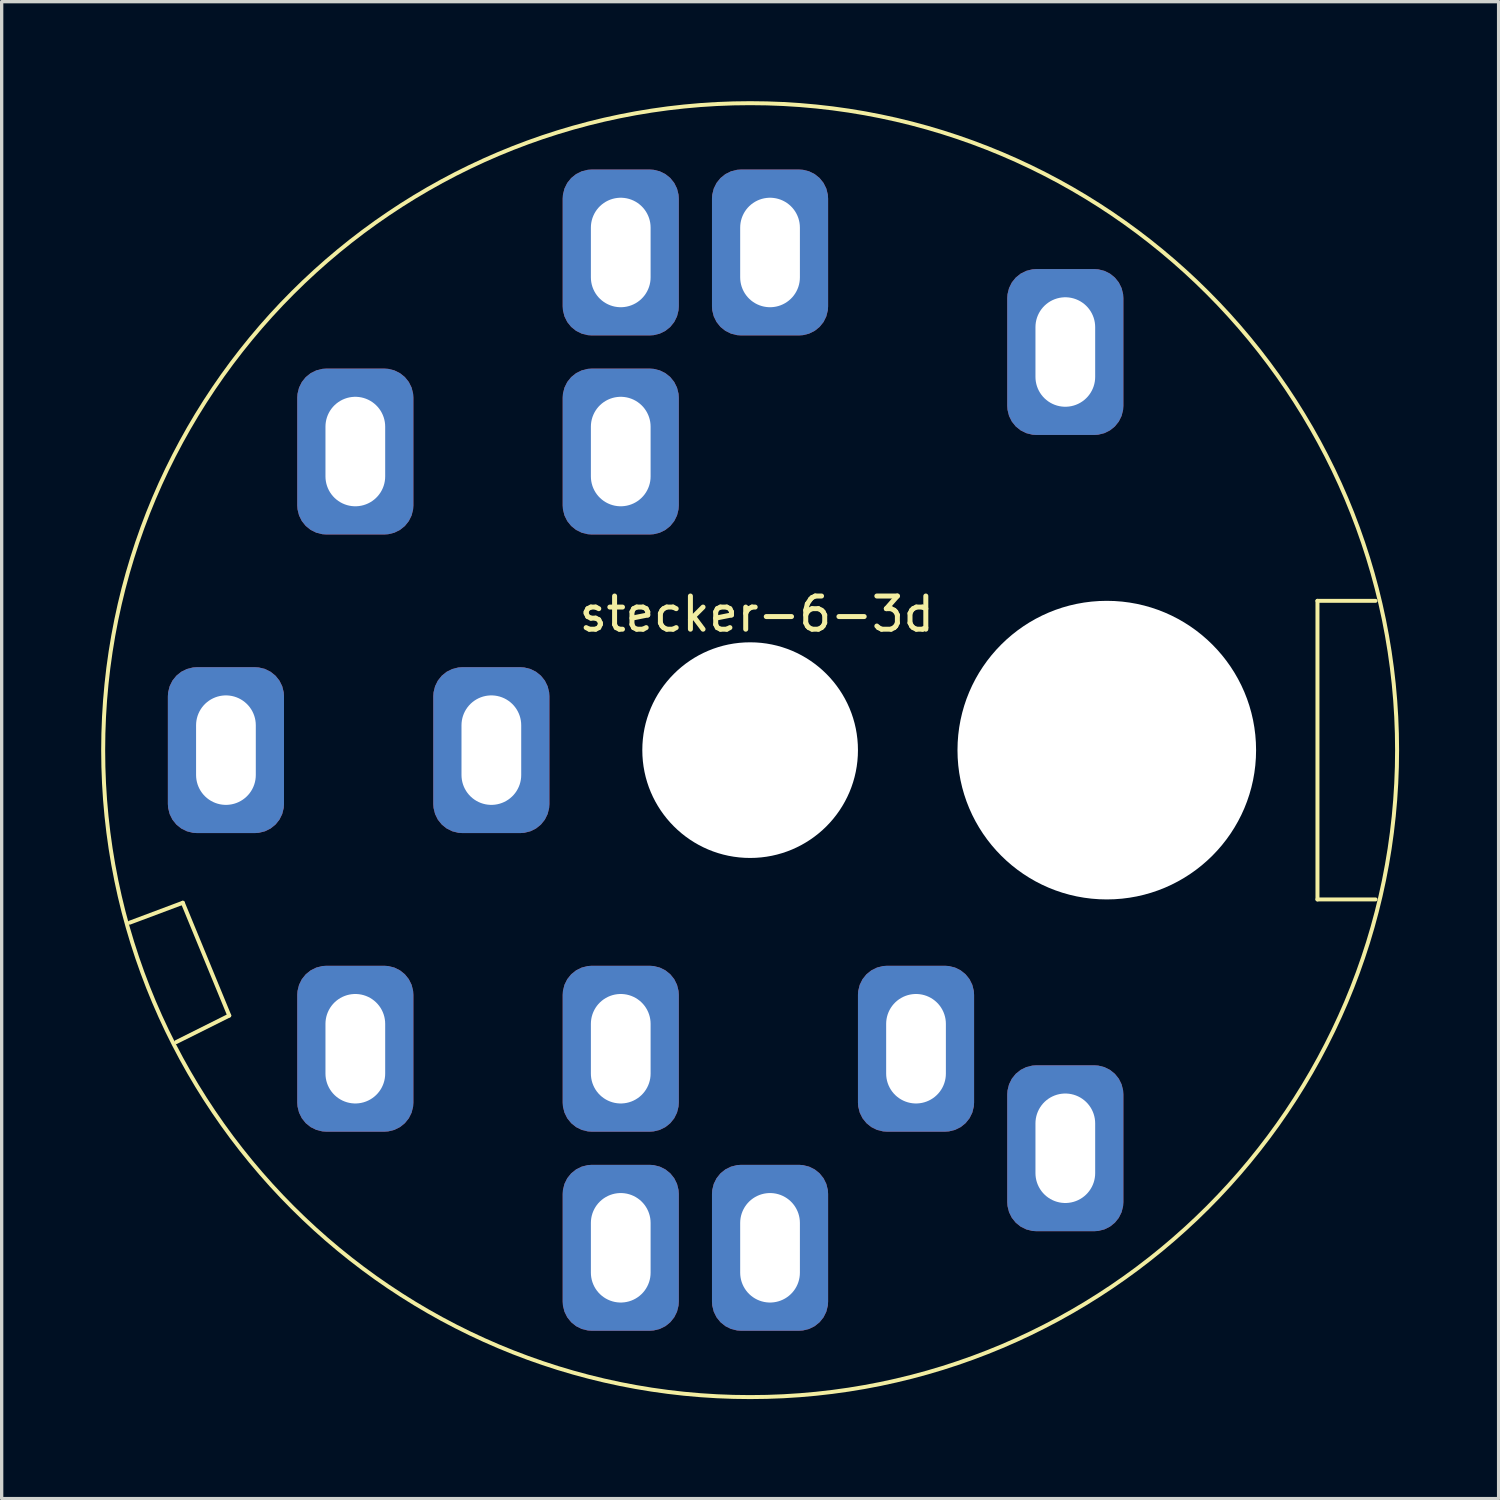
<source format=kicad_pcb>
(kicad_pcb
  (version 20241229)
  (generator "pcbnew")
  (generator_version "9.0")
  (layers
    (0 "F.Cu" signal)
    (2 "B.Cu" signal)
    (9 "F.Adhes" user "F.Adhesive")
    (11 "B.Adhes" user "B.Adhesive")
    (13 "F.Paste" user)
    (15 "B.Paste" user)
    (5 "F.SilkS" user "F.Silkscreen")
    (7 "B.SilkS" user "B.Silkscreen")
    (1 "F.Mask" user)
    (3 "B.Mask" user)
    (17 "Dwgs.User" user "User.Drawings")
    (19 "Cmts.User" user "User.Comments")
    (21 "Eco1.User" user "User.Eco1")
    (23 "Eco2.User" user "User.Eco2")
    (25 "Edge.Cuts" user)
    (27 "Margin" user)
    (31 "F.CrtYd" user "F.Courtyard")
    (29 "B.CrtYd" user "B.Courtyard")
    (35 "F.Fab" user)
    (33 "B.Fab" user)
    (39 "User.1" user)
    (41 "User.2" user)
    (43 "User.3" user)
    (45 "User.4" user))
  (footprint "stecker-6-3d"
    (layer "F.Cu")
    (at 19.56 19.56)
    (property "Reference" "stecker-6-3d" (at 0.2 -4.1 0) (layer "F.SilkS") (effects (font (size 1 1) (thickness 0.15))))
    (attr through_hole)
    (fp_line (start -17.1 4.6) (end -18.7 5.2) (stroke (width 0.12) (type solid)) (layer "F.SilkS"))
    (fp_line (start -17.1 4.6) (end -15.7 8) (stroke (width 0.12) (type solid)) (layer "F.SilkS"))
    (fp_line (start -15.7 8) (end -17.3 8.8) (stroke (width 0.12) (type solid)) (layer "F.SilkS"))
    (fp_line (start 17.1 -4.5) (end 17.1 4.5) (stroke (width 0.12) (type solid)) (layer "F.SilkS"))
    (fp_line (start 17.1 4.5) (end 18.85 4.5) (stroke (width 0.12) (type solid)) (layer "F.SilkS"))
    (fp_line (start 18.85 -4.5) (end 17.1 -4.5) (stroke (width 0.12) (type solid)) (layer "F.SilkS"))
    (fp_circle (center 0 0) (end 19.5 0) (stroke (width 0.12) (type solid)) (fill no) (layer "F.SilkS"))
    (pad "" np_thru_hole circle (at 0 0) (size 6.5 6.5) (drill 6.5) (layers "*.Cu" "*.Mask"))
    (pad "" np_thru_hole circle (at 10.75 0) (size 9 9) (drill 9) (layers "*.Cu" "*.Mask"))
    (pad "1" thru_hole roundrect (at -15.8 0) (size 3.5 5) (drill oval 1.8 3.3) (layers "*.Cu" "*.Mask") (roundrect_rratio 0.25))
    (pad "2" thru_hole roundrect (at -11.9 -9) (size 3.5 5) (drill oval 1.8 3.3) (layers "*.Cu" "*.Mask") (roundrect_rratio 0.25))
    (pad "5" thru_hole roundrect (at -11.9 9) (size 3.5 5) (drill oval 1.8 3.3) (layers "*.Cu" "*.Mask") (roundrect_rratio 0.25))
    (pad "8" thru_hole roundrect (at -7.8 0) (size 3.5 5) (drill oval 1.8 3.3) (layers "*.Cu" "*.Mask") (roundrect_rratio 0.25))
    (pad "11" thru_hole roundrect (at -3.9 -15) (size 3.5 5) (drill oval 1.8 3.3) (layers "*.Cu" "*.Mask") (roundrect_rratio 0.25))
    (pad "12" thru_hole roundrect (at -3.9 -9) (size 3.5 5) (drill oval 1.8 3.3) (layers "*.Cu" "*.Mask") (roundrect_rratio 0.25))
    (pad "13" thru_hole roundrect (at -3.9 9) (size 3.5 5) (drill oval 1.8 3.3) (layers "*.Cu" "*.Mask") (roundrect_rratio 0.25))
    (pad "14" thru_hole roundrect (at -3.9 15) (size 3.5 5) (drill oval 1.8 3.3) (layers "*.Cu" "*.Mask") (roundrect_rratio 0.25))
    (pad "15" thru_hole roundrect (at 0.6 -15) (size 3.5 5) (drill oval 1.8 3.3) (layers "*.Cu" "*.Mask") (roundrect_rratio 0.25))
    (pad "18" thru_hole roundrect (at 0.6 15) (size 3.5 5) (drill oval 1.8 3.3) (layers "*.Cu" "*.Mask") (roundrect_rratio 0.25))
    (pad "21" thru_hole roundrect (at 5 9) (size 3.5 5) (drill oval 1.8 3.3) (layers "*.Cu" "*.Mask") (roundrect_rratio 0.25))
    (pad "23" thru_hole roundrect (at 9.5 -12) (size 3.5 5) (drill oval 1.8 3.3) (layers "*.Cu" "*.Mask") (roundrect_rratio 0.25))
    (pad "24" thru_hole roundrect (at 9.5 12) (size 3.5 5) (drill oval 1.8 3.3) (layers "*.Cu" "*.Mask") (roundrect_rratio 0.25)))
  (gr_rect
    (start -3 -3)
    (end 42.12 42.12)
    (stroke (width 0.1) (type default))
    (fill no)
    (layer "Edge.Cuts")))
</source>
